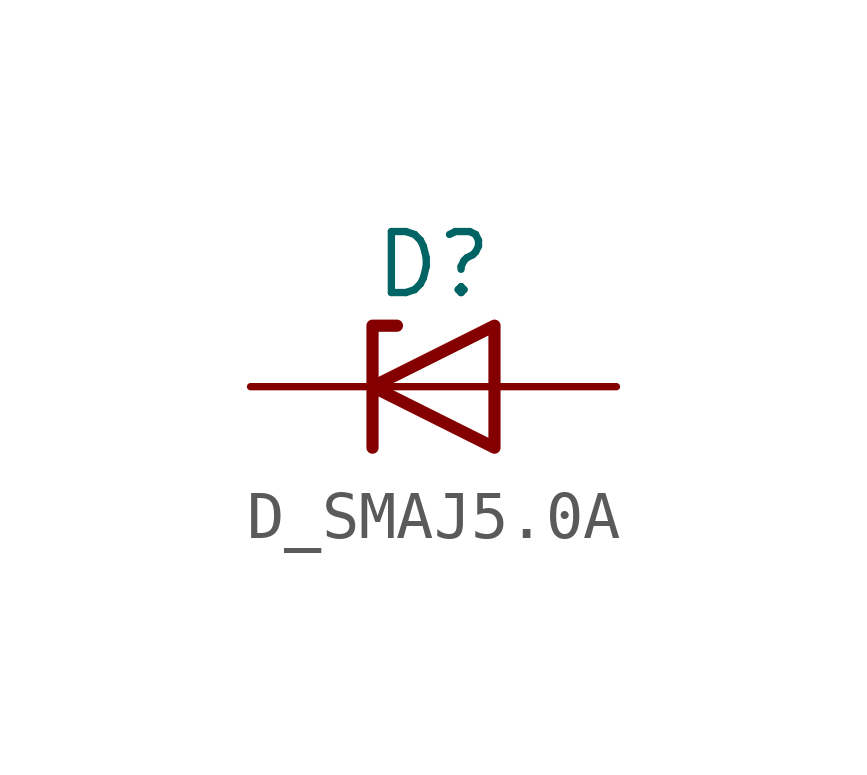
<source format=kicad_sym>
(kicad_symbol_lib
  (version 20211014)
  (generator kicad_symbol_editor)
  (symbol "D_SMAJ5.0A"
    (pin_numbers hide)
    (pin_names
      (offset 1.016) hide)
    (property "Reference" "D"
      (at 0 2.54 0)
      (effects (font (size 1.27 1.27))))
    (symbol "D_SMAJ5.0A_0_1"
      (polyline (pts (xy 1.27 0) (xy -1.27 0)) (stroke (width 0) (type default) (color 0 0 0 0)) (fill (type none)))
      (polyline (pts (xy -1.27 -1.27) (xy -1.27 1.27) (xy -0.762 1.27)) (stroke (width 0.254) (type default) (color 0 0 0 0)) (fill (type none)))
      (polyline (pts (xy 1.27 -1.27) (xy 1.27 1.27) (xy -1.27 0) (xy 1.27 -1.27)) (stroke (width 0.254) (type default) (color 0 0 0 0)) (fill (type none))))
    (symbol "D_SMAJ5.0A_1_1"
      (pin passive line (at -3.81 0 0) (length 2.54) (name "K" (effects (font (size 1.27 1.27)))) (number "1" (effects (font (size 1.27 1.27)))))
      (pin passive line (at 3.81 0 180) (length 2.54) (name "A" (effects (font (size 1.27 1.27)))) (number "2" (effects (font (size 1.27 1.27))))))))
</source>
